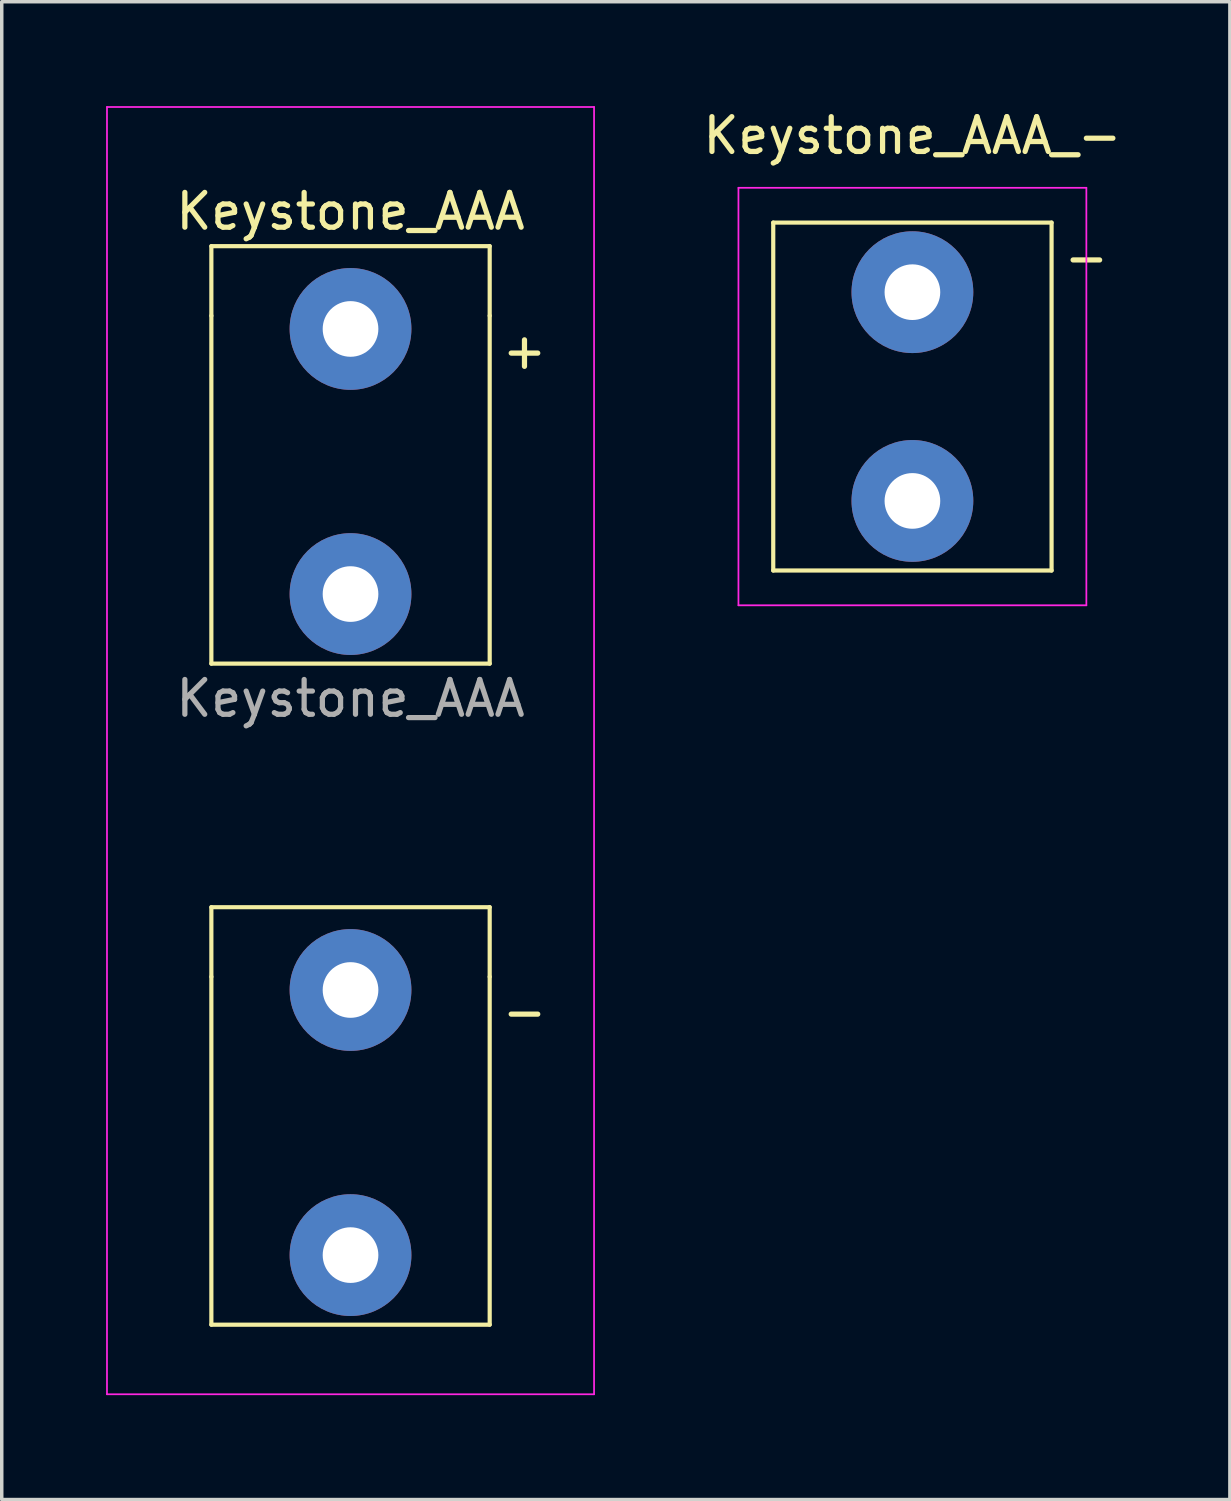
<source format=kicad_pcb>
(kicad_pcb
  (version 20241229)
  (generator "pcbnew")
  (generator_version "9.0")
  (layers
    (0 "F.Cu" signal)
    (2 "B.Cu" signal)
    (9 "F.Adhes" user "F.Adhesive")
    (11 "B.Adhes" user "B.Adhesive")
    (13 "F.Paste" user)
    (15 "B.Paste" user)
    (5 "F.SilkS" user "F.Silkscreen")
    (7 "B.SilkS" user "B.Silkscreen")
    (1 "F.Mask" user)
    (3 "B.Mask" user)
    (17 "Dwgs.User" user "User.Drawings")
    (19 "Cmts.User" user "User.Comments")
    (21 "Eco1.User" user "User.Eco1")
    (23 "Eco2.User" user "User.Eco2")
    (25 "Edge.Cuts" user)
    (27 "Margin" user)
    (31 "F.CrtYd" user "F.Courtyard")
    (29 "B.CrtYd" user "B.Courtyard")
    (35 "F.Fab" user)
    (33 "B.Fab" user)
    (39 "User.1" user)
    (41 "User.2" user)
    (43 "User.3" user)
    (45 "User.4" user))
  (footprint "Keystone_AAA_-"
    (layer "F.Cu")
    (at 23.175 11.348)
    (property "Reference" "Keystone_AAA_-" (at 0 -10.5 0) (unlocked yes) (layer "F.SilkS") (effects (font (size 1 1) (thickness 0.15))))
    (attr through_hole)
    (fp_line (start -4 -8) (end 4 -8) (stroke (width 0.12) (type solid)) (layer "F.SilkS"))
    (fp_line (start -4 2) (end -4 -8) (stroke (width 0.12) (type solid)) (layer "F.SilkS"))
    (fp_line (start 4 -8) (end 4 2) (stroke (width 0.12) (type solid)) (layer "F.SilkS"))
    (fp_line (start 4 2) (end -4 2) (stroke (width 0.12) (type solid)) (layer "F.SilkS"))
    (fp_line (start -5 -9) (end 5 -9) (stroke (width 0.05) (type solid)) (layer "F.CrtYd"))
    (fp_line (start -5 3) (end -5 -9) (stroke (width 0.05) (type solid)) (layer "F.CrtYd"))
    (fp_line (start 5 -9) (end 5 3) (stroke (width 0.05) (type solid)) (layer "F.CrtYd"))
    (fp_line (start 5 3) (end -5 3) (stroke (width 0.05) (type solid)) (layer "F.CrtYd"))
    (fp_text user "-" (at 5 -7 0) (unlocked yes) (layer "F.SilkS") (effects (font (size 1 1) (thickness 0.15))))
    (pad "1" thru_hole circle (at 0 0) (size 3.5 3.5) (drill 1.6) (layers "*.Cu" "*.Mask"))
    (pad "2" thru_hole circle (at 0 -6) (size 3.5 3.5) (drill 1.6) (layers "*.Cu" "*.Mask")))
  (footprint "Keystone_AAA"
    (layer "F.Cu")
    (at 7.025 14.025)
    (property "Reference" "Keystone_AAA" (at 0 -11 0) (unlocked yes) (layer "F.SilkS") (effects (font (size 1 1) (thickness 0.15))))
    (attr through_hole)
    (fp_line (start -4 -10) (end -4 -8) (stroke (width 0.12) (type solid)) (layer "F.SilkS"))
    (fp_line (start -4 -10) (end 4 -10) (stroke (width 0.12) (type solid)) (layer "F.SilkS"))
    (fp_line (start -4 2) (end -4 -8) (stroke (width 0.12) (type solid)) (layer "F.SilkS"))
    (fp_line (start -4 9) (end -4 11) (stroke (width 0.12) (type solid)) (layer "F.SilkS"))
    (fp_line (start -4 9) (end 4 9) (stroke (width 0.12) (type solid)) (layer "F.SilkS"))
    (fp_line (start -4 21) (end -4 11) (stroke (width 0.12) (type solid)) (layer "F.SilkS"))
    (fp_line (start 4 -10) (end 4 -8) (stroke (width 0.12) (type solid)) (layer "F.SilkS"))
    (fp_line (start 4 -8) (end 4 2) (stroke (width 0.12) (type solid)) (layer "F.SilkS"))
    (fp_line (start 4 2) (end -4 2) (stroke (width 0.12) (type solid)) (layer "F.SilkS"))
    (fp_line (start 4 9) (end 4 11) (stroke (width 0.12) (type solid)) (layer "F.SilkS"))
    (fp_line (start 4 11) (end 4 21) (stroke (width 0.12) (type solid)) (layer "F.SilkS"))
    (fp_line (start 4 21) (end -4 21) (stroke (width 0.12) (type solid)) (layer "F.SilkS"))
    (fp_line (start -7 -14) (end 7 -14) (stroke (width 0.05) (type solid)) (layer "F.CrtYd"))
    (fp_line (start -7 23) (end -7 -14) (stroke (width 0.05) (type solid)) (layer "F.CrtYd"))
    (fp_line (start 7 -14) (end 7 23) (stroke (width 0.05) (type solid)) (layer "F.CrtYd"))
    (fp_line (start 7 23) (end -7 23) (stroke (width 0.05) (type solid)) (layer "F.CrtYd"))
    (fp_text user "-" (at 5 12 0) (unlocked yes) (layer "F.SilkS") (effects (font (size 1 1) (thickness 0.15))))
    (fp_text user "+" (at 5 -7 0) (unlocked yes) (layer "F.SilkS") (effects (font (size 1 1) (thickness 0.15))))
    (fp_text user "${REFERENCE}" (at 0 3 0) (unlocked yes) (layer "F.Fab") (effects (font (size 1 1) (thickness 0.15))))
    (pad "1" thru_hole circle (at 0 -7.62) (size 3.5 3.5) (drill 1.6) (layers "*.Cu" "*.Mask"))
    (pad "2" thru_hole circle (at 0 0) (size 3.5 3.5) (drill 1.6) (layers "*.Cu" "*.Mask"))
    (pad "3" thru_hole circle (at 0 11.38) (size 3.5 3.5) (drill 1.6) (layers "*.Cu" "*.Mask"))
    (pad "4" thru_hole circle (at 0 19) (size 3.5 3.5) (drill 1.6) (layers "*.Cu" "*.Mask")))
  (gr_rect
    (start -3 -3)
    (end 32.3 40.05)
    (stroke (width 0.1) (type default))
    (fill no)
    (layer "Edge.Cuts")))
</source>
